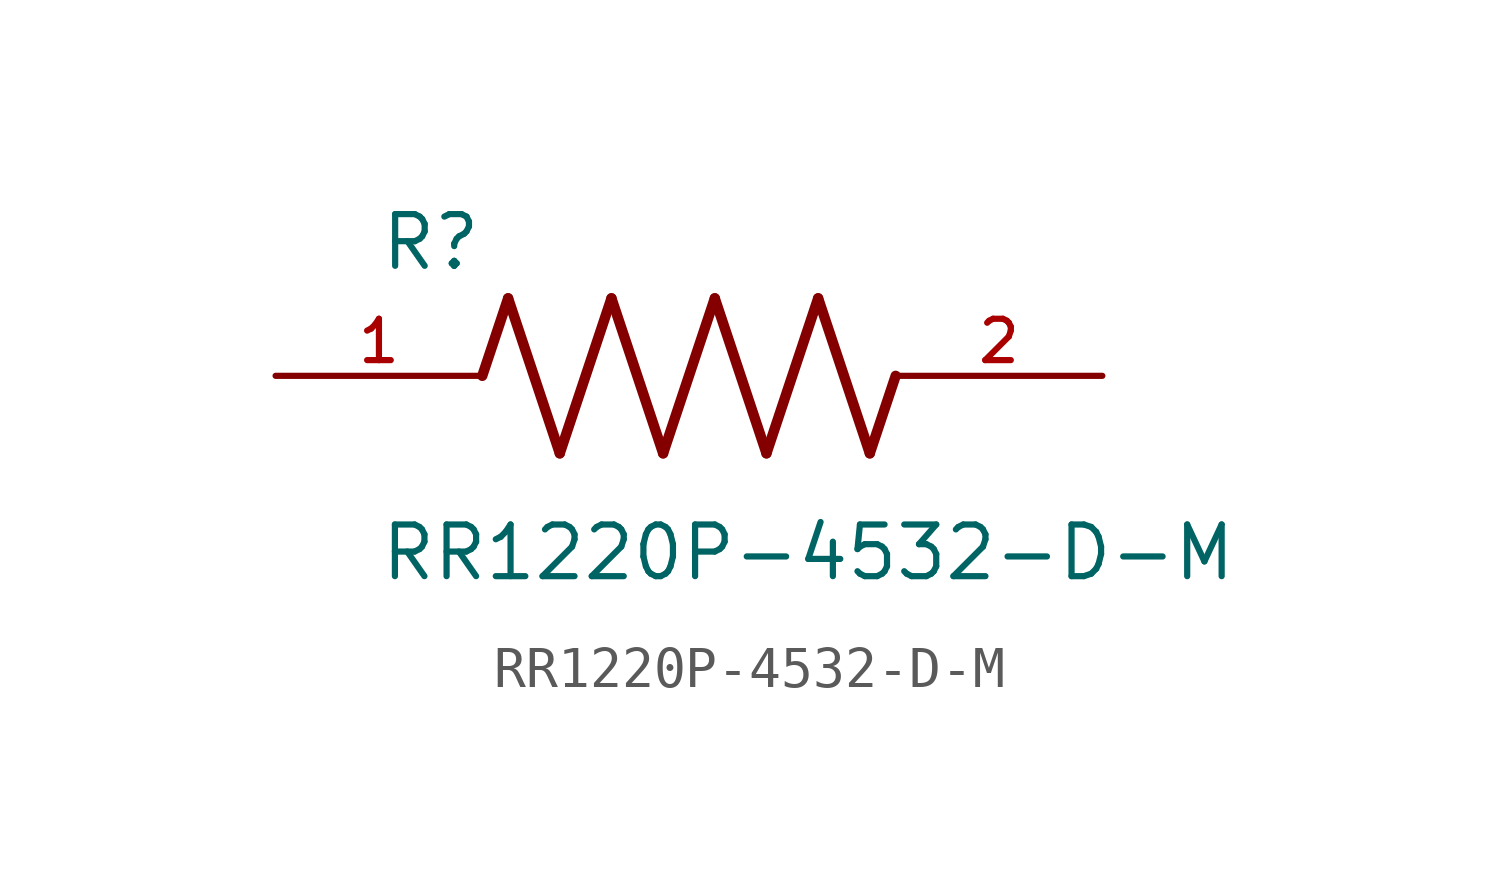
<source format=kicad_sym>
(kicad_symbol_lib
  (version 20211014)
  (generator kicad_symbol_editor)
  (symbol "RR1220P-4532-D-M"
    (pin_names
      (offset 1.016))
    (property "Reference" "R"
      (at -7.624 2.541 0)
      (effects (font (size 1.27 1.27)) (justify bottom left)))
    (property "Value" "RR1220P-4532-D-M"
      (at -7.63 -5.087 0)
      (effects (font (size 1.27 1.27)) (justify bottom left)))
    (symbol "RR1220P-4532-D-M_0_0"
      (polyline (pts (xy -5.08 0.0) (xy -4.445 1.905)) (stroke (width 0.254)))
      (polyline (pts (xy -4.445 1.905) (xy -3.175 -1.905)) (stroke (width 0.254)))
      (polyline (pts (xy -3.175 -1.905) (xy -1.905 1.905)) (stroke (width 0.254)))
      (polyline (pts (xy -1.905 1.905) (xy -0.635 -1.905)) (stroke (width 0.254)))
      (polyline (pts (xy -0.635 -1.905) (xy 0.635 1.905)) (stroke (width 0.254)))
      (polyline (pts (xy 0.635 1.905) (xy 1.905 -1.905)) (stroke (width 0.254)))
      (polyline (pts (xy 1.905 -1.905) (xy 3.175 1.905)) (stroke (width 0.254)))
      (polyline (pts (xy 3.175 1.905) (xy 4.445 -1.905)) (stroke (width 0.254)))
      (polyline (pts (xy 4.445 -1.905) (xy 5.08 0.0)) (stroke (width 0.254)))
      (pin passive line (at -10.16 0.0 0) (length 5.08) (name "~" (effects (font (size 1.016 1.016)))) (number "1" (effects (font (size 1.016 1.016)))))
      (pin passive line (at 10.16 0.0 180.0) (length 5.08) (name "~" (effects (font (size 1.016 1.016)))) (number "2" (effects (font (size 1.016 1.016))))))))
</source>
